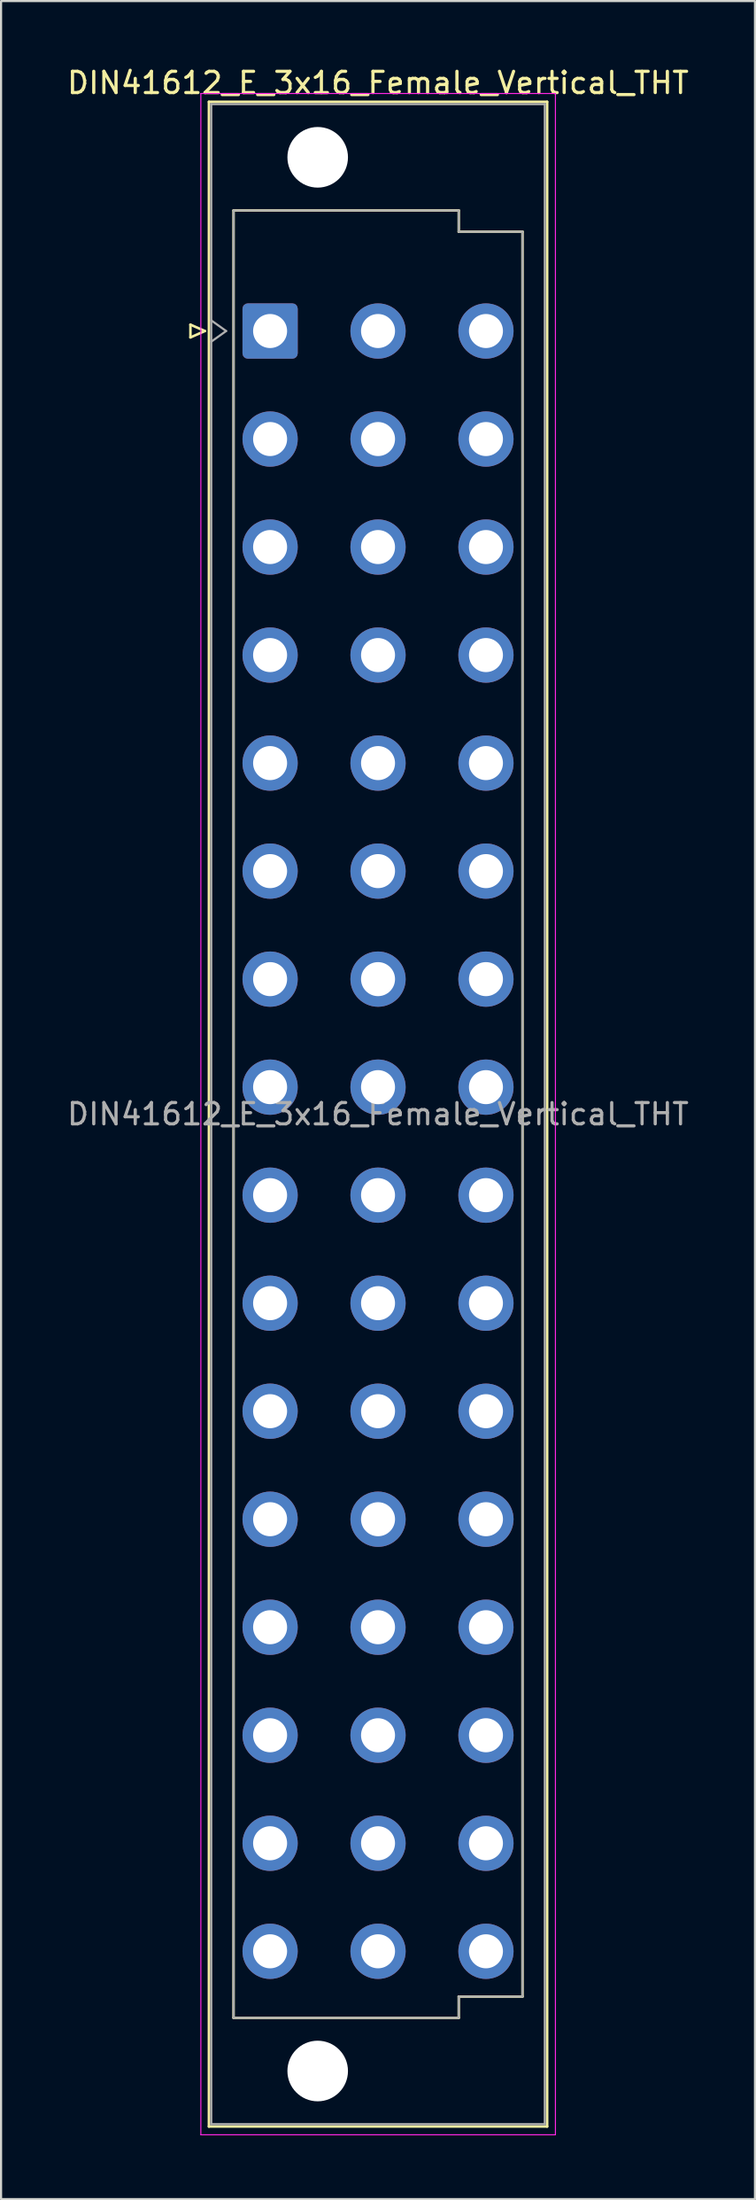
<source format=kicad_pcb>
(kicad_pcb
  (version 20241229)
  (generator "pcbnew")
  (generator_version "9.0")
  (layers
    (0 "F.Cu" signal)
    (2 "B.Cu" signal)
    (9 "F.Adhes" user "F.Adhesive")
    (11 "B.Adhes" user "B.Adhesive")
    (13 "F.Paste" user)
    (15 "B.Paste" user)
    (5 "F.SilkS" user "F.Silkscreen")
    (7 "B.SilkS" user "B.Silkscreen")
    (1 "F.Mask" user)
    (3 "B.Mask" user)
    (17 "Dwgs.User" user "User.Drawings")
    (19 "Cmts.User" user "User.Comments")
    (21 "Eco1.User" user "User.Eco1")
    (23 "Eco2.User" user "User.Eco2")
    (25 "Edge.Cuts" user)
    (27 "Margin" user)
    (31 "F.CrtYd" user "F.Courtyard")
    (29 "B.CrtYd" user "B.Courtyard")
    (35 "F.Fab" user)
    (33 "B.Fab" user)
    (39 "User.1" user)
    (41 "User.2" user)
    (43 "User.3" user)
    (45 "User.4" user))
  (footprint "DIN41612_E_3x16_Female_Vertical_THT"
    (layer "F.Cu")
    (at 9.664 9.978)
    (property "Reference" "DIN41612_E_3x16_Female_Vertical_THT" (at 5.08 -9.13 0) (layer "F.SilkS") (effects (font (size 1 1) (thickness 0.15))))
    (attr through_hole)
    (fp_line (start -3.75 2.24) (end -3.75 2.84) (stroke (width 0.12) (type solid)) (layer "F.SilkS"))
    (fp_line (start -3.75 2.84) (end -3.07 2.54) (stroke (width 0.12) (type solid)) (layer "F.SilkS"))
    (fp_line (start -3.07 2.54) (end -3.75 2.24) (stroke (width 0.12) (type solid)) (layer "F.SilkS"))
    (fp_line (start -2.88 -8.24) (end 13.04 -8.24) (stroke (width 0.12) (type solid)) (layer "F.SilkS"))
    (fp_line (start -2.88 86.98) (end -2.88 -8.24) (stroke (width 0.12) (type solid)) (layer "F.SilkS"))
    (fp_line (start -1.72 -3.131) (end 8.88 -3.131) (stroke (width 0.12) (type solid)) (layer "F.SilkS"))
    (fp_line (start -1.72 81.87) (end -1.72 -3.131) (stroke (width 0.12) (type solid)) (layer "F.SilkS"))
    (fp_line (start 8.88 -3.131) (end 8.88 -2.131) (stroke (width 0.12) (type solid)) (layer "F.SilkS"))
    (fp_line (start 8.88 -2.131) (end 11.88 -2.131) (stroke (width 0.12) (type solid)) (layer "F.SilkS"))
    (fp_line (start 8.88 80.87) (end 8.88 81.87) (stroke (width 0.12) (type solid)) (layer "F.SilkS"))
    (fp_line (start 8.88 81.87) (end -1.72 81.87) (stroke (width 0.12) (type solid)) (layer "F.SilkS"))
    (fp_line (start 11.88 -2.131) (end 11.88 80.87) (stroke (width 0.12) (type solid)) (layer "F.SilkS"))
    (fp_line (start 11.88 80.87) (end 8.88 80.87) (stroke (width 0.12) (type solid)) (layer "F.SilkS"))
    (fp_line (start 13.04 -8.24) (end 13.04 86.98) (stroke (width 0.12) (type solid)) (layer "F.SilkS"))
    (fp_line (start 13.04 86.98) (end -2.88 86.98) (stroke (width 0.12) (type solid)) (layer "F.SilkS"))
    (fp_line (start -3.26 -8.63) (end 13.43 -8.63) (stroke (width 0.05) (type solid)) (layer "F.CrtYd"))
    (fp_line (start -3.26 87.37) (end -3.26 -8.63) (stroke (width 0.05) (type solid)) (layer "F.CrtYd"))
    (fp_line (start 13.43 -8.63) (end 13.43 87.37) (stroke (width 0.05) (type solid)) (layer "F.CrtYd"))
    (fp_line (start 13.43 87.37) (end -3.26 87.37) (stroke (width 0.05) (type solid)) (layer "F.CrtYd"))
    (fp_line (start -2.77 -8.13) (end 12.93 -8.13) (stroke (width 0.1) (type solid)) (layer "F.Fab"))
    (fp_line (start -2.77 2.04) (end -2.07 2.54) (stroke (width 0.1) (type solid)) (layer "F.Fab"))
    (fp_line (start -2.77 86.87) (end -2.77 -8.13) (stroke (width 0.1) (type solid)) (layer "F.Fab"))
    (fp_line (start -2.07 2.54) (end -2.77 3.04) (stroke (width 0.1) (type solid)) (layer "F.Fab"))
    (fp_line (start -1.72 -3.13) (end 8.88 -3.13) (stroke (width 0.1) (type solid)) (layer "F.Fab"))
    (fp_line (start -1.72 81.87) (end -1.72 -3.13) (stroke (width 0.1) (type solid)) (layer "F.Fab"))
    (fp_line (start 8.88 -3.13) (end 8.88 -2.13) (stroke (width 0.1) (type solid)) (layer "F.Fab"))
    (fp_line (start 8.88 -2.13) (end 11.88 -2.13) (stroke (width 0.1) (type solid)) (layer "F.Fab"))
    (fp_line (start 8.88 80.87) (end 8.88 81.87) (stroke (width 0.1) (type solid)) (layer "F.Fab"))
    (fp_line (start 8.88 81.87) (end -1.72 81.87) (stroke (width 0.1) (type solid)) (layer "F.Fab"))
    (fp_line (start 11.88 -2.13) (end 11.88 80.87) (stroke (width 0.1) (type solid)) (layer "F.Fab"))
    (fp_line (start 11.88 80.87) (end 8.88 80.87) (stroke (width 0.1) (type solid)) (layer "F.Fab"))
    (fp_line (start 12.93 -8.13) (end 12.93 86.87) (stroke (width 0.1) (type solid)) (layer "F.Fab"))
    (fp_line (start 12.93 86.87) (end -2.77 86.87) (stroke (width 0.1) (type solid)) (layer "F.Fab"))
    (fp_text user "${REFERENCE}" (at 5.08 39.37 0) (layer "F.Fab") (effects (font (size 1 1) (thickness 0.15))))
    (pad "" np_thru_hole circle (at 2.24 -5.63) (size 2.85 2.85) (drill 2.85) (layers "*.Cu" "*.Mask"))
    (pad "" np_thru_hole circle (at 2.24 84.37) (size 2.85 2.85) (drill 2.85) (layers "*.Cu" "*.Mask"))
    (pad "a2" thru_hole roundrect (at 0 2.54) (size 2.6 2.6) (drill 1.6) (layers "*.Cu" "*.Mask") (roundrect_rratio 0.096))
    (pad "a4" thru_hole circle (at 0 7.62) (size 2.6 2.6) (drill 1.6) (layers "*.Cu" "*.Mask"))
    (pad "a6" thru_hole circle (at 0 12.7) (size 2.6 2.6) (drill 1.6) (layers "*.Cu" "*.Mask"))
    (pad "a8" thru_hole circle (at 0 17.78) (size 2.6 2.6) (drill 1.6) (layers "*.Cu" "*.Mask"))
    (pad "a10" thru_hole circle (at 0 22.86) (size 2.6 2.6) (drill 1.6) (layers "*.Cu" "*.Mask"))
    (pad "a12" thru_hole circle (at 0 27.94) (size 2.6 2.6) (drill 1.6) (layers "*.Cu" "*.Mask"))
    (pad "a14" thru_hole circle (at 0 33.02) (size 2.6 2.6) (drill 1.6) (layers "*.Cu" "*.Mask"))
    (pad "a16" thru_hole circle (at 0 38.1) (size 2.6 2.6) (drill 1.6) (layers "*.Cu" "*.Mask"))
    (pad "a18" thru_hole circle (at 0 43.18) (size 2.6 2.6) (drill 1.6) (layers "*.Cu" "*.Mask"))
    (pad "a20" thru_hole circle (at 0 48.26) (size 2.6 2.6) (drill 1.6) (layers "*.Cu" "*.Mask"))
    (pad "a22" thru_hole circle (at 0 53.34) (size 2.6 2.6) (drill 1.6) (layers "*.Cu" "*.Mask"))
    (pad "a24" thru_hole circle (at 0 58.42) (size 2.6 2.6) (drill 1.6) (layers "*.Cu" "*.Mask"))
    (pad "a26" thru_hole circle (at 0 63.5) (size 2.6 2.6) (drill 1.6) (layers "*.Cu" "*.Mask"))
    (pad "a28" thru_hole circle (at 0 68.58) (size 2.6 2.6) (drill 1.6) (layers "*.Cu" "*.Mask"))
    (pad "a30" thru_hole circle (at 0 73.66) (size 2.6 2.6) (drill 1.6) (layers "*.Cu" "*.Mask"))
    (pad "a32" thru_hole circle (at 0 78.74) (size 2.6 2.6) (drill 1.6) (layers "*.Cu" "*.Mask"))
    (pad "c2" thru_hole circle (at 5.08 2.54) (size 2.6 2.6) (drill 1.6) (layers "*.Cu" "*.Mask"))
    (pad "c4" thru_hole circle (at 5.08 7.62) (size 2.6 2.6) (drill 1.6) (layers "*.Cu" "*.Mask"))
    (pad "c6" thru_hole circle (at 5.08 12.7) (size 2.6 2.6) (drill 1.6) (layers "*.Cu" "*.Mask"))
    (pad "c8" thru_hole circle (at 5.08 17.78) (size 2.6 2.6) (drill 1.6) (layers "*.Cu" "*.Mask"))
    (pad "c10" thru_hole circle (at 5.08 22.86) (size 2.6 2.6) (drill 1.6) (layers "*.Cu" "*.Mask"))
    (pad "c12" thru_hole circle (at 5.08 27.94) (size 2.6 2.6) (drill 1.6) (layers "*.Cu" "*.Mask"))
    (pad "c14" thru_hole circle (at 5.08 33.02) (size 2.6 2.6) (drill 1.6) (layers "*.Cu" "*.Mask"))
    (pad "c16" thru_hole circle (at 5.08 38.1) (size 2.6 2.6) (drill 1.6) (layers "*.Cu" "*.Mask"))
    (pad "c18" thru_hole circle (at 5.08 43.18) (size 2.6 2.6) (drill 1.6) (layers "*.Cu" "*.Mask"))
    (pad "c20" thru_hole circle (at 5.08 48.26) (size 2.6 2.6) (drill 1.6) (layers "*.Cu" "*.Mask"))
    (pad "c22" thru_hole circle (at 5.08 53.34) (size 2.6 2.6) (drill 1.6) (layers "*.Cu" "*.Mask"))
    (pad "c24" thru_hole circle (at 5.08 58.42) (size 2.6 2.6) (drill 1.6) (layers "*.Cu" "*.Mask"))
    (pad "c26" thru_hole circle (at 5.08 63.5) (size 2.6 2.6) (drill 1.6) (layers "*.Cu" "*.Mask"))
    (pad "c28" thru_hole circle (at 5.08 68.58) (size 2.6 2.6) (drill 1.6) (layers "*.Cu" "*.Mask"))
    (pad "c30" thru_hole circle (at 5.08 73.66) (size 2.6 2.6) (drill 1.6) (layers "*.Cu" "*.Mask"))
    (pad "c32" thru_hole circle (at 5.08 78.74) (size 2.6 2.6) (drill 1.6) (layers "*.Cu" "*.Mask"))
    (pad "e2" thru_hole circle (at 10.16 2.54) (size 2.6 2.6) (drill 1.6) (layers "*.Cu" "*.Mask"))
    (pad "e4" thru_hole circle (at 10.16 7.62) (size 2.6 2.6) (drill 1.6) (layers "*.Cu" "*.Mask"))
    (pad "e6" thru_hole circle (at 10.16 12.7) (size 2.6 2.6) (drill 1.6) (layers "*.Cu" "*.Mask"))
    (pad "e8" thru_hole circle (at 10.16 17.78) (size 2.6 2.6) (drill 1.6) (layers "*.Cu" "*.Mask"))
    (pad "e10" thru_hole circle (at 10.16 22.86) (size 2.6 2.6) (drill 1.6) (layers "*.Cu" "*.Mask"))
    (pad "e12" thru_hole circle (at 10.16 27.94) (size 2.6 2.6) (drill 1.6) (layers "*.Cu" "*.Mask"))
    (pad "e14" thru_hole circle (at 10.16 33.02) (size 2.6 2.6) (drill 1.6) (layers "*.Cu" "*.Mask"))
    (pad "e16" thru_hole circle (at 10.16 38.1) (size 2.6 2.6) (drill 1.6) (layers "*.Cu" "*.Mask"))
    (pad "e18" thru_hole circle (at 10.16 43.18) (size 2.6 2.6) (drill 1.6) (layers "*.Cu" "*.Mask"))
    (pad "e20" thru_hole circle (at 10.16 48.26) (size 2.6 2.6) (drill 1.6) (layers "*.Cu" "*.Mask"))
    (pad "e22" thru_hole circle (at 10.16 53.34) (size 2.6 2.6) (drill 1.6) (layers "*.Cu" "*.Mask"))
    (pad "e24" thru_hole circle (at 10.16 58.42) (size 2.6 2.6) (drill 1.6) (layers "*.Cu" "*.Mask"))
    (pad "e26" thru_hole circle (at 10.16 63.5) (size 2.6 2.6) (drill 1.6) (layers "*.Cu" "*.Mask"))
    (pad "e28" thru_hole circle (at 10.16 68.58) (size 2.6 2.6) (drill 1.6) (layers "*.Cu" "*.Mask"))
    (pad "e30" thru_hole circle (at 10.16 73.66) (size 2.6 2.6) (drill 1.6) (layers "*.Cu" "*.Mask"))
    (pad "e32" thru_hole circle (at 10.16 78.74) (size 2.6 2.6) (drill 1.6) (layers "*.Cu" "*.Mask")))
  (gr_rect
    (start -3 -3)
    (end 32.488 100.373)
    (stroke (width 0.1) (type default))
    (fill no)
    (layer "Edge.Cuts")))
</source>
